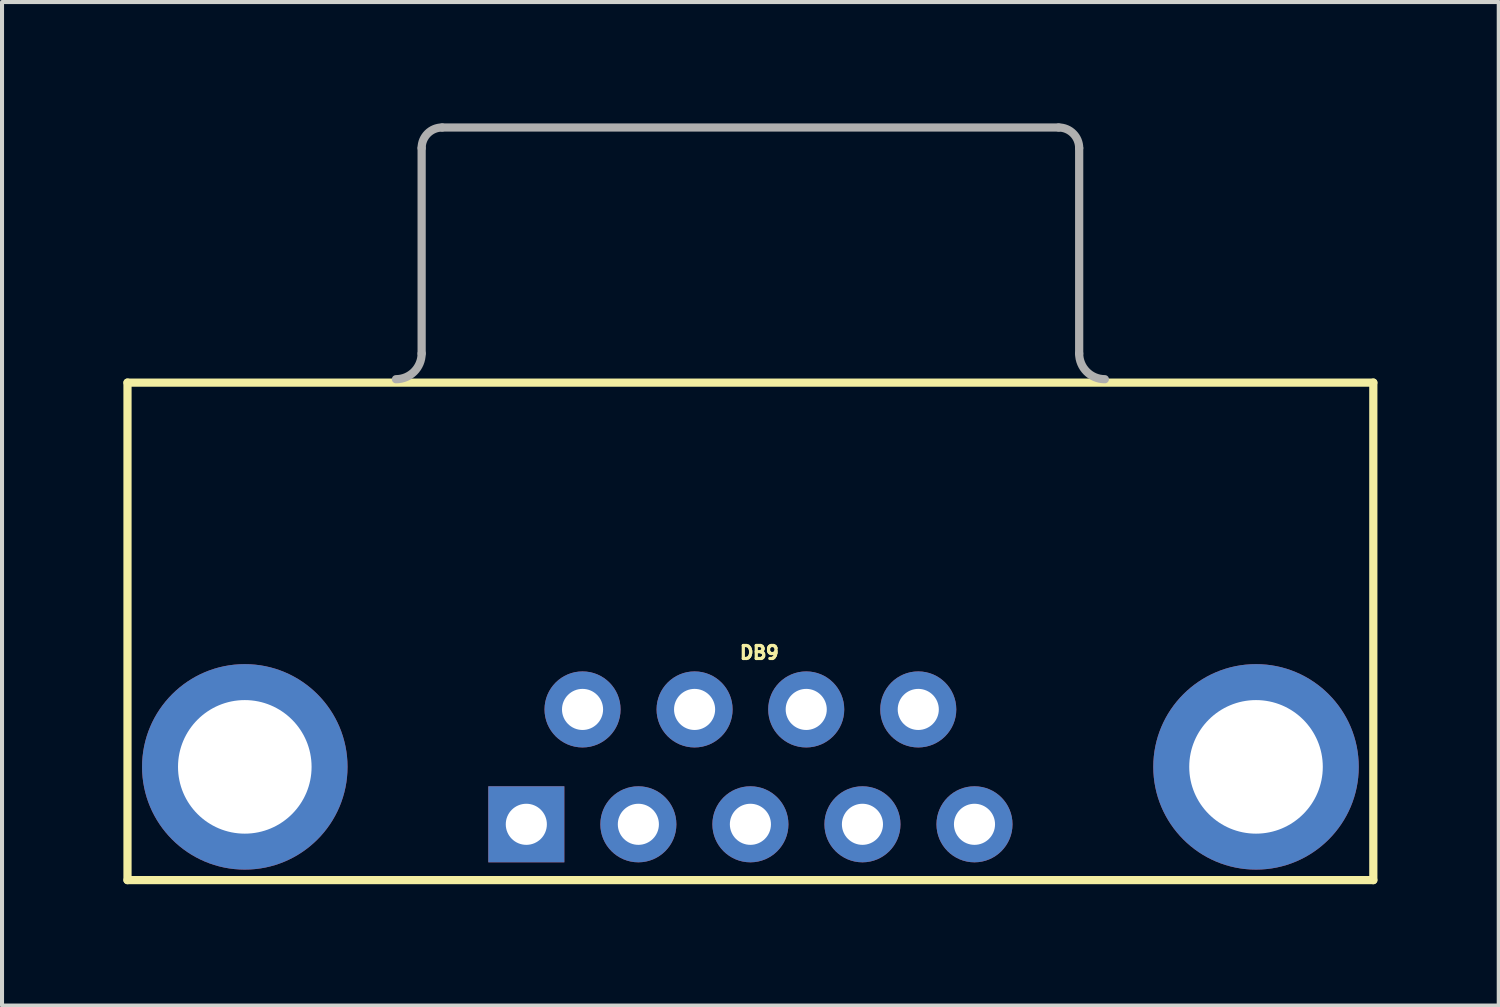
<source format=kicad_pcb>
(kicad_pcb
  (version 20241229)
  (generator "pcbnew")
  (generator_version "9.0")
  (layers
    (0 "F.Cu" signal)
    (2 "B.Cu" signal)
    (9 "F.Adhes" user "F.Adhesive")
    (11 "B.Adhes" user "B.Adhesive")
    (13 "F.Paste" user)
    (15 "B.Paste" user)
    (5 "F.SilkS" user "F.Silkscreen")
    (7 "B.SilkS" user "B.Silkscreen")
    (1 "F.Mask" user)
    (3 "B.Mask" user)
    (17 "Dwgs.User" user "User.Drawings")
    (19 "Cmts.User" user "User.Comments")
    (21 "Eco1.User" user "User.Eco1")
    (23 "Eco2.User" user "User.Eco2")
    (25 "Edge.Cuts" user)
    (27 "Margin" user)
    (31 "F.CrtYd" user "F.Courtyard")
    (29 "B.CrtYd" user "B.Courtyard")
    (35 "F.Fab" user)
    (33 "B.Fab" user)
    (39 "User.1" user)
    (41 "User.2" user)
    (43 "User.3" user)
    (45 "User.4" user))
  (footprint "DB9"
    (layer "F.Cu")
    (at 15.502 15.909)
    (property "Reference" "DB9" (at 0.221 -2.824 0) (layer "F.SilkS") (effects (font (size 0.32 0.32) (thickness 0.15))))
    (attr through_hole)
    (fp_line (start -15.4 -9.5) (end 15.4 -9.5) (stroke (width 0.203) (type solid)) (layer "F.SilkS"))
    (fp_line (start -15.4 2.8) (end -15.4 -9.5) (stroke (width 0.203) (type solid)) (layer "F.SilkS"))
    (fp_line (start -15.4 2.8) (end 15.4 2.8) (stroke (width 0.203) (type solid)) (layer "F.SilkS"))
    (fp_line (start 15.4 2.8) (end 15.4 -9.5) (stroke (width 0.203) (type solid)) (layer "F.SilkS"))
    (fp_line (start -8.128 -10.219) (end -8.128 -15.299) (stroke (width 0.203) (type solid)) (layer "F.Fab"))
    (fp_line (start -7.62 -15.807) (end 7.62 -15.807) (stroke (width 0.203) (type solid)) (layer "F.Fab"))
    (fp_line (start 8.128 -10.219) (end 8.128 -15.299) (stroke (width 0.203) (type solid)) (layer "F.Fab"))
    (fp_arc (start -8.128 -15.299) (mid -7.97921 -15.65821) (end -7.62 -15.807) (stroke (width 0.2032) (type solid)) (layer "F.Fab"))
    (fp_arc (start -8.128 -10.219) (mid -8.313987 -9.769987) (end -8.763 -9.584) (stroke (width 0.2032) (type solid)) (layer "F.Fab"))
    (fp_arc (start 7.62 -15.807) (mid 7.97921 -15.65821) (end 8.128 -15.299) (stroke (width 0.2032) (type solid)) (layer "F.Fab"))
    (fp_arc (start 8.763 -9.584) (mid 8.313987 -9.769987) (end 8.128 -10.219) (stroke (width 0.2032) (type solid)) (layer "F.Fab"))
    (pad "1" thru_hole rect (at -5.54 1.42) (size 1.88 1.88) (drill 1.016) (layers "*.Cu" "*.Mask"))
    (pad "2" thru_hole circle (at -2.77 1.42) (size 1.88 1.88) (drill 1.016) (layers "*.Cu" "*.Mask"))
    (pad "3" thru_hole circle (at 0 1.42) (size 1.88 1.88) (drill 1.016) (layers "*.Cu" "*.Mask"))
    (pad "4" thru_hole circle (at 2.77 1.42) (size 1.88 1.88) (drill 1.016) (layers "*.Cu" "*.Mask"))
    (pad "5" thru_hole circle (at 5.54 1.42) (size 1.88 1.88) (drill 1.016) (layers "*.Cu" "*.Mask"))
    (pad "6" thru_hole circle (at -4.15 -1.42) (size 1.88 1.88) (drill 1.016) (layers "*.Cu" "*.Mask"))
    (pad "7" thru_hole circle (at -1.38 -1.42) (size 1.88 1.88) (drill 1.016) (layers "*.Cu" "*.Mask"))
    (pad "8" thru_hole circle (at 1.38 -1.42) (size 1.88 1.88) (drill 1.016) (layers "*.Cu" "*.Mask"))
    (pad "9" thru_hole circle (at 4.15 -1.42) (size 1.88 1.88) (drill 1.016) (layers "*.Cu" "*.Mask"))
    (pad "G1" thru_hole circle (at -12.5 0) (size 5.08 5.08) (drill 3.302) (layers "*.Cu" "*.Mask"))
    (pad "G2" thru_hole circle (at 12.5 0) (size 5.08 5.08) (drill 3.302) (layers "*.Cu" "*.Mask")))
  (gr_rect
    (start -3 -3)
    (end 34.003 21.81)
    (stroke (width 0.1) (type default))
    (fill no)
    (layer "Edge.Cuts")))
</source>
